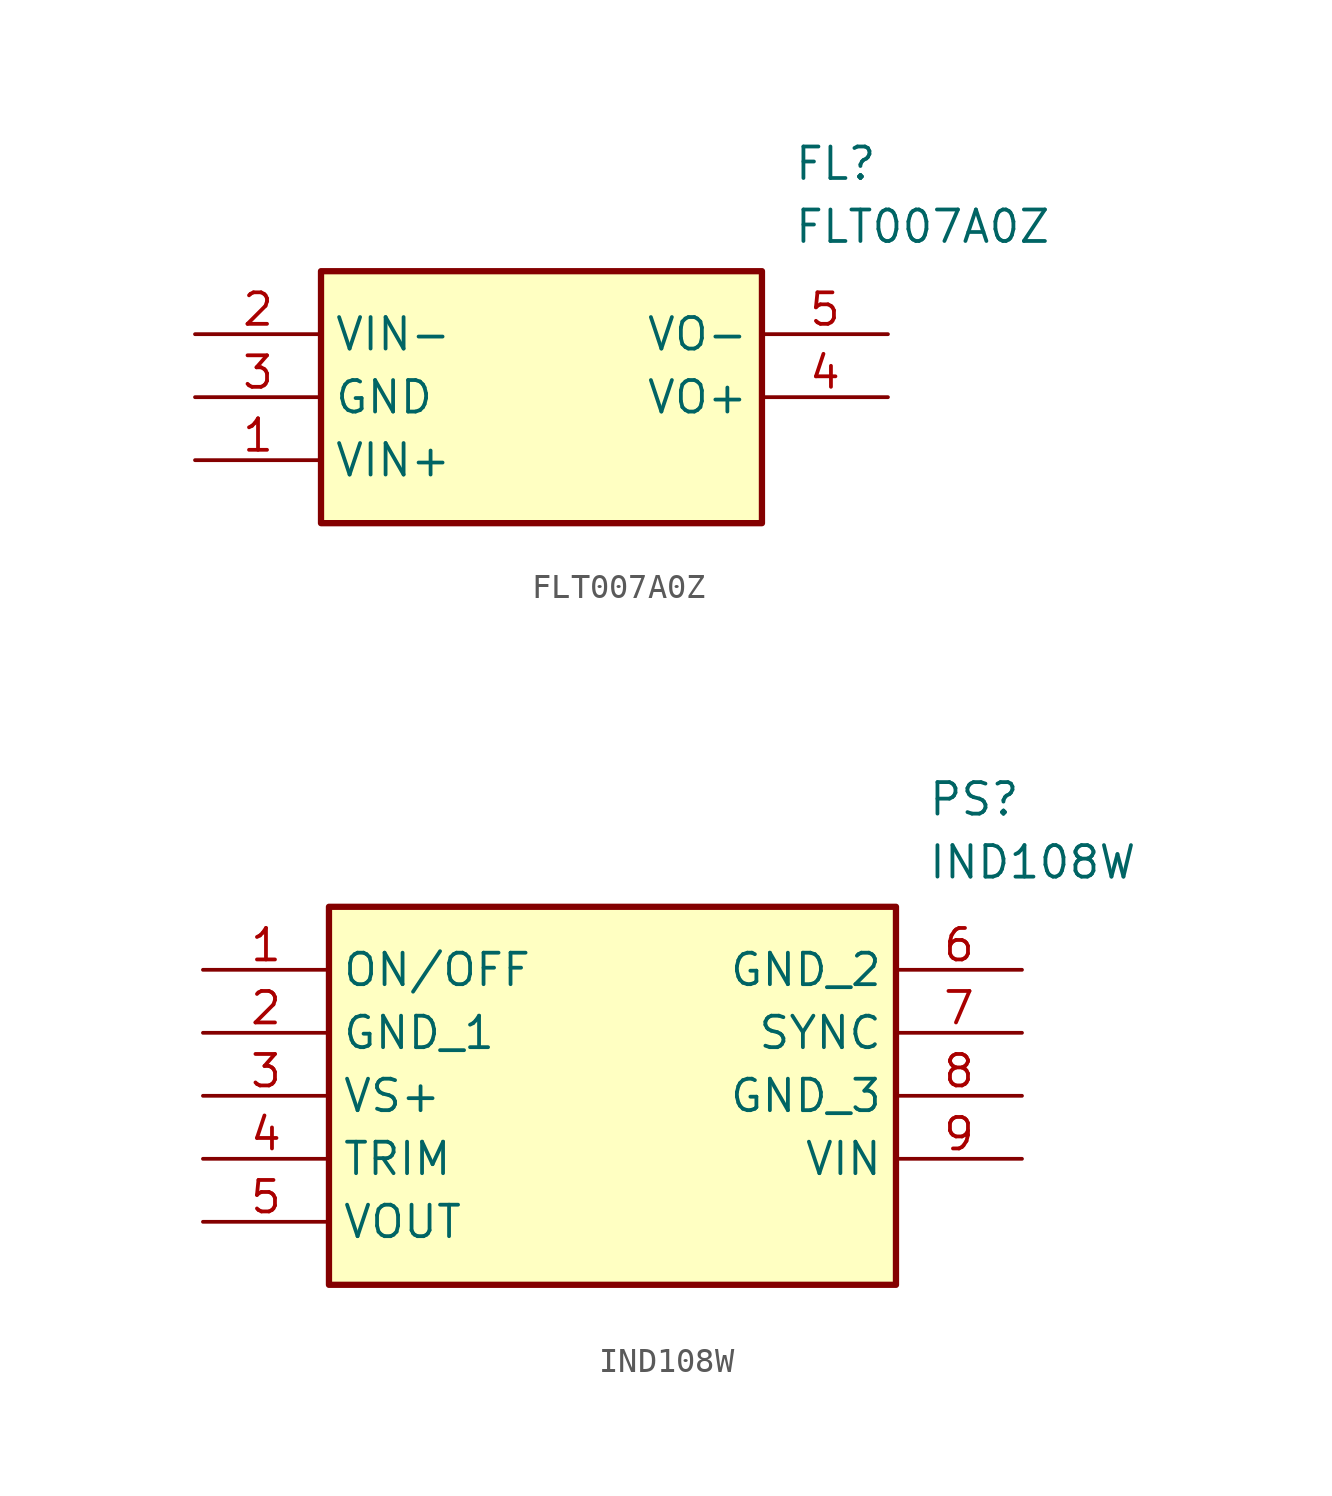
<source format=kicad_sym>
(kicad_symbol_lib
  (version 20231120)
  (generator "kicad_symbol_editor")
  (generator_version "8.0")
  (symbol "FLT007A0Z"
    (property "Reference" "FL"
      (at 24.13 7.62 0)
      (effects (font (size 1.27 1.27)) (justify left top)))
    (property "Value" "FLT007A0Z"
      (at 24.13 5.08 0)
      (effects (font (size 1.27 1.27)) (justify left top)))
    (symbol "FLT007A0Z_1_1"
      (rectangle (start 5.08 2.54) (end 22.86 -7.62) (stroke (width 0.254) (type default)) (fill (type background)))
      (pin passive line (at 0 -5.08 0) (length 5.08) (name "VIN+" (effects (font (size 1.27 1.27)))) (number "1" (effects (font (size 1.27 1.27)))))
      (pin passive line (at 0 0 0) (length 5.08) (name "VIN-" (effects (font (size 1.27 1.27)))) (number "2" (effects (font (size 1.27 1.27)))))
      (pin passive line (at 0 -2.54 0) (length 5.08) (name "GND" (effects (font (size 1.27 1.27)))) (number "3" (effects (font (size 1.27 1.27)))))
      (pin passive line (at 27.94 -2.54 180) (length 5.08) (name "VO+" (effects (font (size 1.27 1.27)))) (number "4" (effects (font (size 1.27 1.27)))))
      (pin passive line (at 27.94 0 180) (length 5.08) (name "VO-" (effects (font (size 1.27 1.27)))) (number "5" (effects (font (size 1.27 1.27)))))))
  (symbol "IND108W"
    (property "Reference" "PS"
      (at 29.21 7.62 0)
      (effects (font (size 1.27 1.27)) (justify left top)))
    (property "Value" "IND108W"
      (at 29.21 5.08 0)
      (effects (font (size 1.27 1.27)) (justify left top)))
    (symbol "IND108W_1_1"
      (rectangle (start 5.08 2.54) (end 27.94 -12.7) (stroke (width 0.254) (type default)) (fill (type background)))
      (pin passive line (at 0 0 0) (length 5.08) (name "ON/OFF" (effects (font (size 1.27 1.27)))) (number "1" (effects (font (size 1.27 1.27)))))
      (pin passive line (at 0 -2.54 0) (length 5.08) (name "GND_1" (effects (font (size 1.27 1.27)))) (number "2" (effects (font (size 1.27 1.27)))))
      (pin passive line (at 0 -5.08 0) (length 5.08) (name "VS+" (effects (font (size 1.27 1.27)))) (number "3" (effects (font (size 1.27 1.27)))))
      (pin passive line (at 0 -7.62 0) (length 5.08) (name "TRIM" (effects (font (size 1.27 1.27)))) (number "4" (effects (font (size 1.27 1.27)))))
      (pin passive line (at 0 -10.16 0) (length 5.08) (name "VOUT" (effects (font (size 1.27 1.27)))) (number "5" (effects (font (size 1.27 1.27)))))
      (pin passive line (at 33.02 0 180) (length 5.08) (name "GND_2" (effects (font (size 1.27 1.27)))) (number "6" (effects (font (size 1.27 1.27)))))
      (pin passive line (at 33.02 -2.54 180) (length 5.08) (name "SYNC" (effects (font (size 1.27 1.27)))) (number "7" (effects (font (size 1.27 1.27)))))
      (pin passive line (at 33.02 -5.08 180) (length 5.08) (name "GND_3" (effects (font (size 1.27 1.27)))) (number "8" (effects (font (size 1.27 1.27)))))
      (pin passive line (at 33.02 -7.62 180) (length 5.08) (name "VIN" (effects (font (size 1.27 1.27)))) (number "9" (effects (font (size 1.27 1.27))))))))
</source>
